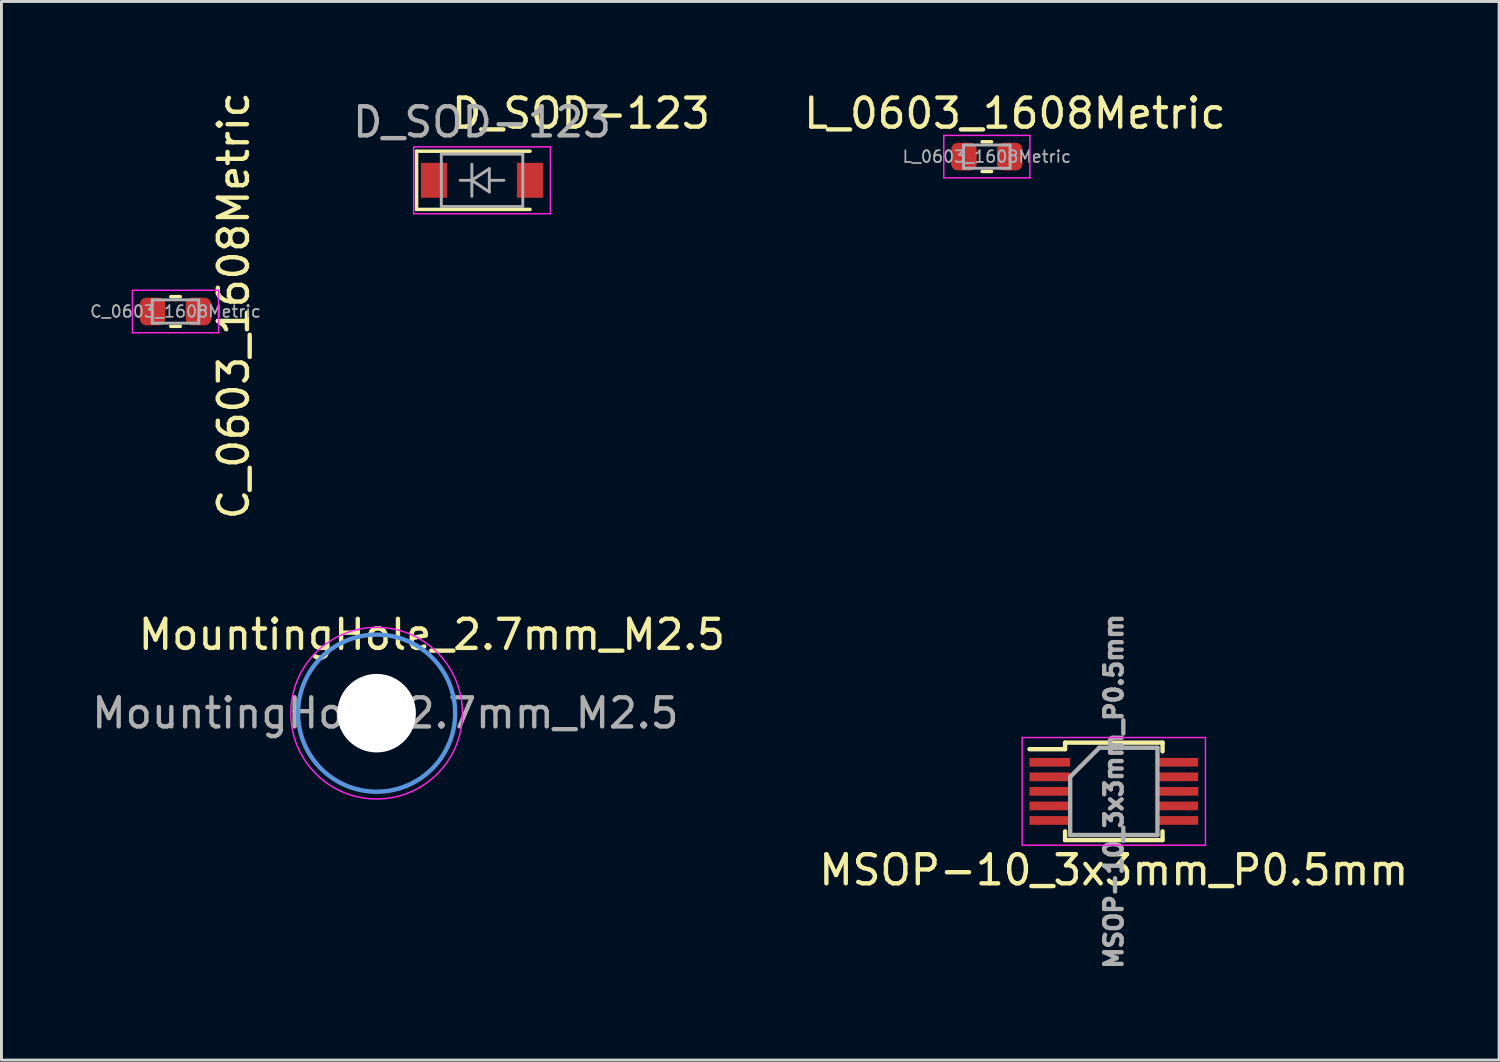
<source format=kicad_pcb>
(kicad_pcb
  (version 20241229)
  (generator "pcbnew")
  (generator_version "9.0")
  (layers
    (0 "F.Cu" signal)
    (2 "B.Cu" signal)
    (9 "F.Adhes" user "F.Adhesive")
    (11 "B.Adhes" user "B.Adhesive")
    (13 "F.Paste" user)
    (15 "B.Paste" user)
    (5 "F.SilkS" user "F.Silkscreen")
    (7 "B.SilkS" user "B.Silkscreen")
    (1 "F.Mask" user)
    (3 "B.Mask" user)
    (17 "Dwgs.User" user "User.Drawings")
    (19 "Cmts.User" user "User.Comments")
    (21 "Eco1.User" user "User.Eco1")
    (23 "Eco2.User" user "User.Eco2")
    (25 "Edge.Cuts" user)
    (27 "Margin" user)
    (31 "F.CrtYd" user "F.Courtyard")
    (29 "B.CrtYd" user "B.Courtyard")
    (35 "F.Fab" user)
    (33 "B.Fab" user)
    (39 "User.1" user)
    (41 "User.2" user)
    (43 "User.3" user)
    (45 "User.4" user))
  (footprint "MSOP-10_3x3mm_P0.5mm"
    (layer "F.Cu")
    (at 35.237 24.153)
    (property "Reference" "MSOP-10_3x3mm_P0.5mm" (at 0 2.705 180) (layer "F.SilkS") (effects (font (size 1 1) (thickness 0.15))))
    (attr smd)
    (fp_line (start -1.675 -1.675) (end -1.675 -1.45) (stroke (width 0.15) (type solid)) (layer "F.SilkS"))
    (fp_line (start -1.675 -1.675) (end 1.675 -1.675) (stroke (width 0.15) (type solid)) (layer "F.SilkS"))
    (fp_line (start -1.675 -1.45) (end -2.9 -1.45) (stroke (width 0.15) (type solid)) (layer "F.SilkS"))
    (fp_line (start -1.675 1.675) (end -1.675 1.375) (stroke (width 0.15) (type solid)) (layer "F.SilkS"))
    (fp_line (start -1.675 1.675) (end 1.675 1.675) (stroke (width 0.15) (type solid)) (layer "F.SilkS"))
    (fp_line (start 1.675 -1.675) (end 1.675 -1.375) (stroke (width 0.15) (type solid)) (layer "F.SilkS"))
    (fp_line (start 1.675 1.675) (end 1.675 1.375) (stroke (width 0.15) (type solid)) (layer "F.SilkS"))
    (fp_line (start -3.15 -1.85) (end -3.15 1.85) (stroke (width 0.05) (type solid)) (layer "F.CrtYd"))
    (fp_line (start -3.15 -1.85) (end 3.15 -1.85) (stroke (width 0.05) (type solid)) (layer "F.CrtYd"))
    (fp_line (start -3.15 1.85) (end 3.15 1.85) (stroke (width 0.05) (type solid)) (layer "F.CrtYd"))
    (fp_line (start 3.15 -1.85) (end 3.15 1.85) (stroke (width 0.05) (type solid)) (layer "F.CrtYd"))
    (fp_line (start -1.5 -0.5) (end -0.5 -1.5) (stroke (width 0.15) (type solid)) (layer "F.Fab"))
    (fp_line (start -1.5 1.5) (end -1.5 -0.5) (stroke (width 0.15) (type solid)) (layer "F.Fab"))
    (fp_line (start -0.5 -1.5) (end 1.5 -1.5) (stroke (width 0.15) (type solid)) (layer "F.Fab"))
    (fp_line (start 1.5 -1.5) (end 1.5 1.5) (stroke (width 0.15) (type solid)) (layer "F.Fab"))
    (fp_line (start 1.5 1.5) (end -1.5 1.5) (stroke (width 0.15) (type solid)) (layer "F.Fab"))
    (fp_text user "${REFERENCE}" (at 0 0 270) (layer "F.Fab") (effects (font (size 0.6 0.6) (thickness 0.15))))
    (pad "1" smd rect (at -2.2 -1) (size 1.4 0.3) (layers "F.Cu" "F.Mask" "F.Paste"))
    (pad "2" smd rect (at -2.2 -0.5) (size 1.4 0.3) (layers "F.Cu" "F.Mask" "F.Paste"))
    (pad "3" smd rect (at -2.2 0) (size 1.4 0.3) (layers "F.Cu" "F.Mask" "F.Paste"))
    (pad "4" smd rect (at -2.2 0.5) (size 1.4 0.3) (layers "F.Cu" "F.Mask" "F.Paste"))
    (pad "5" smd rect (at -2.2 1) (size 1.4 0.3) (layers "F.Cu" "F.Mask" "F.Paste"))
    (pad "6" smd rect (at 2.2 1) (size 1.4 0.3) (layers "F.Cu" "F.Mask" "F.Paste"))
    (pad "7" smd rect (at 2.2 0.5) (size 1.4 0.3) (layers "F.Cu" "F.Mask" "F.Paste"))
    (pad "8" smd rect (at 2.2 0) (size 1.4 0.3) (layers "F.Cu" "F.Mask" "F.Paste"))
    (pad "9" smd rect (at 2.2 -0.5) (size 1.4 0.3) (layers "F.Cu" "F.Mask" "F.Paste"))
    (pad "10" smd rect (at 2.2 -1) (size 1.4 0.3) (layers "F.Cu" "F.Mask" "F.Paste")))
  (footprint "L_0603_1608Metric"
    (layer "F.Cu")
    (at 30.872 2.334)
    (property "Reference" "L_0603_1608Metric" (at 0.965 -1.486 180) (layer "F.SilkS") (effects (font (size 1 1) (thickness 0.15))))
    (attr smd)
    (fp_line (start -0.163 -0.51) (end 0.163 -0.51) (stroke (width 0.12) (type solid)) (layer "F.SilkS"))
    (fp_line (start -0.163 0.51) (end 0.163 0.51) (stroke (width 0.12) (type solid)) (layer "F.SilkS"))
    (fp_line (start -1.48 -0.73) (end 1.48 -0.73) (stroke (width 0.05) (type solid)) (layer "F.CrtYd"))
    (fp_line (start -1.48 0.73) (end -1.48 -0.73) (stroke (width 0.05) (type solid)) (layer "F.CrtYd"))
    (fp_line (start 1.48 -0.73) (end 1.48 0.73) (stroke (width 0.05) (type solid)) (layer "F.CrtYd"))
    (fp_line (start 1.48 0.73) (end -1.48 0.73) (stroke (width 0.05) (type solid)) (layer "F.CrtYd"))
    (fp_line (start -0.8 -0.4) (end 0.8 -0.4) (stroke (width 0.1) (type solid)) (layer "F.Fab"))
    (fp_line (start -0.8 0.4) (end -0.8 -0.4) (stroke (width 0.1) (type solid)) (layer "F.Fab"))
    (fp_line (start 0.8 -0.4) (end 0.8 0.4) (stroke (width 0.1) (type solid)) (layer "F.Fab"))
    (fp_line (start 0.8 0.4) (end -0.8 0.4) (stroke (width 0.1) (type solid)) (layer "F.Fab"))
    (fp_text user "${REFERENCE}" (at 0 0 180) (layer "F.Fab") (effects (font (size 0.4 0.4) (thickness 0.06))))
    (pad "1" smd roundrect (at -0.787 0) (size 0.875 0.95) (layers "F.Cu" "F.Mask" "F.Paste") (roundrect_rratio 0.25))
    (pad "2" smd roundrect (at 0.787 0) (size 0.875 0.95) (layers "F.Cu" "F.Mask" "F.Paste") (roundrect_rratio 0.25)))
  (footprint "D_SOD-123"
    (layer "F.Cu")
    (at 13.52 3.148)
    (property "Reference" "D_SOD-123" (at 3.4 -2.3 0) (layer "F.SilkS") (effects (font (size 1 1) (thickness 0.15))))
    (attr smd)
    (fp_line (start -2.25 -1) (end -2.25 1) (stroke (width 0.12) (type solid)) (layer "F.SilkS"))
    (fp_line (start -2.25 -1) (end 1.65 -1) (stroke (width 0.12) (type solid)) (layer "F.SilkS"))
    (fp_line (start -2.25 1) (end 1.65 1) (stroke (width 0.12) (type solid)) (layer "F.SilkS"))
    (fp_line (start -2.35 -1.15) (end -2.35 1.15) (stroke (width 0.05) (type solid)) (layer "F.CrtYd"))
    (fp_line (start -2.35 -1.15) (end 2.35 -1.15) (stroke (width 0.05) (type solid)) (layer "F.CrtYd"))
    (fp_line (start 2.35 -1.15) (end 2.35 1.15) (stroke (width 0.05) (type solid)) (layer "F.CrtYd"))
    (fp_line (start 2.35 1.15) (end -2.35 1.15) (stroke (width 0.05) (type solid)) (layer "F.CrtYd"))
    (fp_line (start -1.4 -0.9) (end 1.4 -0.9) (stroke (width 0.1) (type solid)) (layer "F.Fab"))
    (fp_line (start -1.4 0.9) (end -1.4 -0.9) (stroke (width 0.1) (type solid)) (layer "F.Fab"))
    (fp_line (start -0.75 0) (end -0.35 0) (stroke (width 0.1) (type solid)) (layer "F.Fab"))
    (fp_line (start -0.35 0) (end -0.35 -0.55) (stroke (width 0.1) (type solid)) (layer "F.Fab"))
    (fp_line (start -0.35 0) (end -0.35 0.55) (stroke (width 0.1) (type solid)) (layer "F.Fab"))
    (fp_line (start -0.35 0) (end 0.25 -0.4) (stroke (width 0.1) (type solid)) (layer "F.Fab"))
    (fp_line (start 0.25 -0.4) (end 0.25 0.4) (stroke (width 0.1) (type solid)) (layer "F.Fab"))
    (fp_line (start 0.25 0) (end 0.75 0) (stroke (width 0.1) (type solid)) (layer "F.Fab"))
    (fp_line (start 0.25 0.4) (end -0.35 0) (stroke (width 0.1) (type solid)) (layer "F.Fab"))
    (fp_line (start 1.4 -0.9) (end 1.4 0.9) (stroke (width 0.1) (type solid)) (layer "F.Fab"))
    (fp_line (start 1.4 0.9) (end -1.4 0.9) (stroke (width 0.1) (type solid)) (layer "F.Fab"))
    (fp_text user "${REFERENCE}" (at 0 -2 0) (layer "F.Fab") (effects (font (size 1 1) (thickness 0.15))))
    (pad "1" smd rect (at -1.65 0) (size 0.9 1.2) (layers "F.Cu" "F.Mask" "F.Paste"))
    (pad "2" smd rect (at 1.65 0) (size 0.9 1.2) (layers "F.Cu" "F.Mask" "F.Paste")))
  (footprint "C_0603_1608Metric"
    (layer "F.Cu")
    (at 2.983 7.658)
    (property "Reference" "C_0603_1608Metric" (at 2 -0.2 90) (layer "F.SilkS") (effects (font (size 1 1) (thickness 0.15))))
    (attr smd)
    (fp_line (start -0.163 -0.51) (end 0.163 -0.51) (stroke (width 0.12) (type solid)) (layer "F.SilkS"))
    (fp_line (start -0.163 0.51) (end 0.163 0.51) (stroke (width 0.12) (type solid)) (layer "F.SilkS"))
    (fp_line (start -1.48 -0.73) (end 1.48 -0.73) (stroke (width 0.05) (type solid)) (layer "F.CrtYd"))
    (fp_line (start -1.48 0.73) (end -1.48 -0.73) (stroke (width 0.05) (type solid)) (layer "F.CrtYd"))
    (fp_line (start 1.48 -0.73) (end 1.48 0.73) (stroke (width 0.05) (type solid)) (layer "F.CrtYd"))
    (fp_line (start 1.48 0.73) (end -1.48 0.73) (stroke (width 0.05) (type solid)) (layer "F.CrtYd"))
    (fp_line (start -0.8 -0.4) (end 0.8 -0.4) (stroke (width 0.1) (type solid)) (layer "F.Fab"))
    (fp_line (start -0.8 0.4) (end -0.8 -0.4) (stroke (width 0.1) (type solid)) (layer "F.Fab"))
    (fp_line (start 0.8 -0.4) (end 0.8 0.4) (stroke (width 0.1) (type solid)) (layer "F.Fab"))
    (fp_line (start 0.8 0.4) (end -0.8 0.4) (stroke (width 0.1) (type solid)) (layer "F.Fab"))
    (fp_text user "${REFERENCE}" (at 0 0 0) (layer "F.Fab") (effects (font (size 0.4 0.4) (thickness 0.06))))
    (pad "1" smd roundrect (at -0.787 0) (size 0.875 0.95) (layers "F.Cu" "F.Mask" "F.Paste") (roundrect_rratio 0.25))
    (pad "2" smd roundrect (at 0.787 0) (size 0.875 0.95) (layers "F.Cu" "F.Mask" "F.Paste") (roundrect_rratio 0.25)))
  (footprint "MountingHole_2.7mm_M2.5"
    (layer "F.Cu")
    (at 9.896 21.465)
    (property "Reference" "MountingHole_2.7mm_M2.5" (at 1.9 -2.7 0) (layer "F.SilkS") (effects (font (size 1 1) (thickness 0.15))))
    (attr exclude_from_pos_files exclude_from_bom)
    (fp_circle (center 0 0) (end 2.7 0) (stroke (width 0.15) (type solid)) (fill no) (layer "Cmts.User"))
    (fp_circle (center 0 0) (end 2.95 0) (stroke (width 0.05) (type solid)) (fill no) (layer "F.CrtYd"))
    (fp_text user "${REFERENCE}" (at 0.3 0 0) (layer "F.Fab") (effects (font (size 1 1) (thickness 0.15))))
    (pad "" np_thru_hole circle (at 0 0) (size 2.7 2.7) (drill 2.7) (layers "*.Cu" "*.Mask")))
  (gr_rect
    (start -3 -3)
    (end 48.481 33.39)
    (stroke (width 0.1) (type default))
    (fill no)
    (layer "Edge.Cuts")))
</source>
